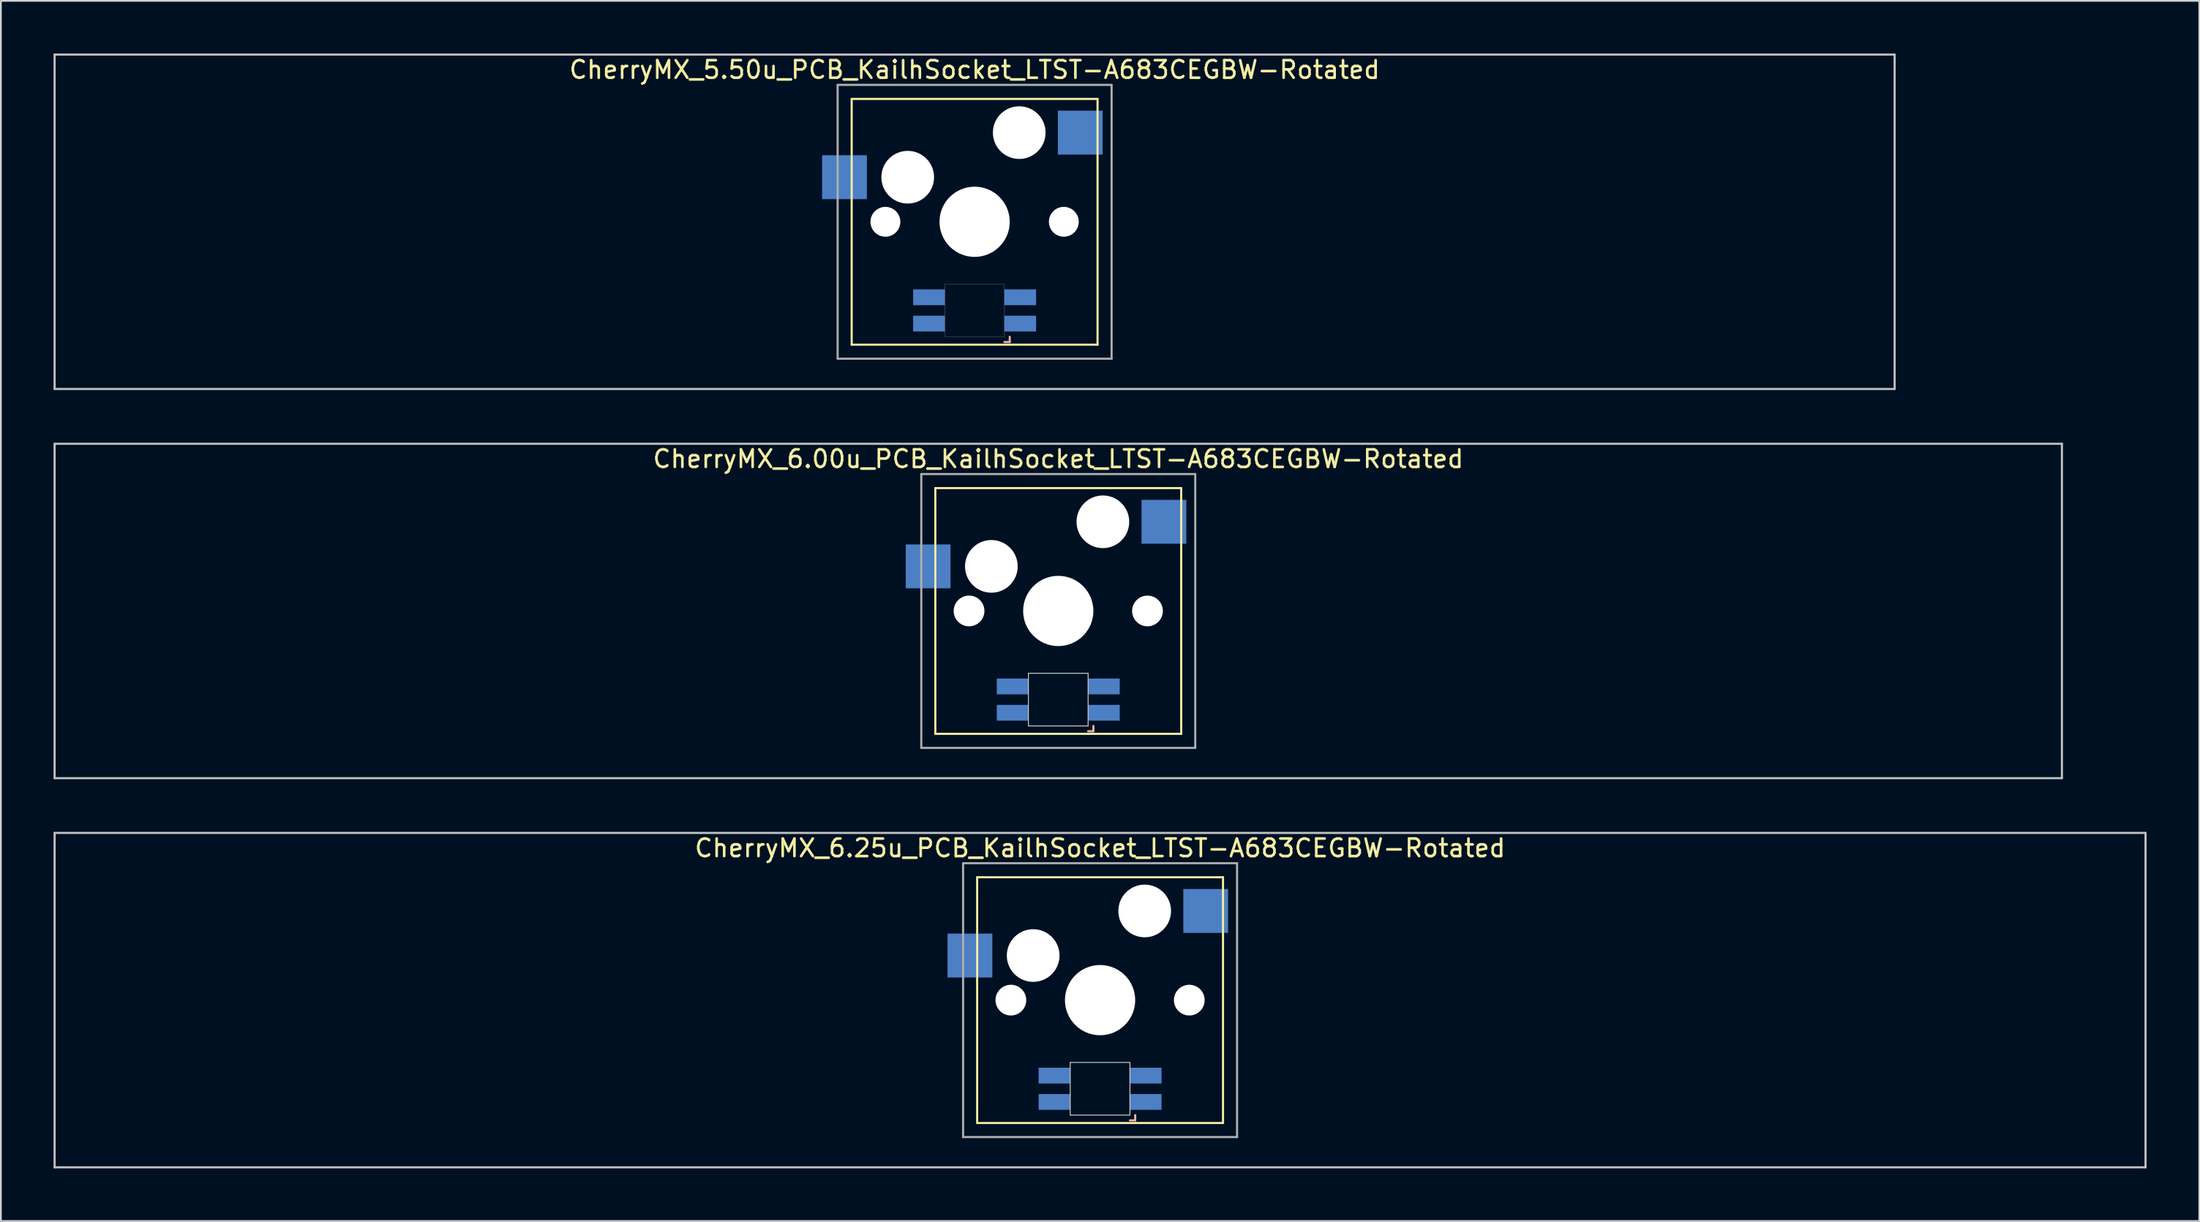
<source format=kicad_pcb>
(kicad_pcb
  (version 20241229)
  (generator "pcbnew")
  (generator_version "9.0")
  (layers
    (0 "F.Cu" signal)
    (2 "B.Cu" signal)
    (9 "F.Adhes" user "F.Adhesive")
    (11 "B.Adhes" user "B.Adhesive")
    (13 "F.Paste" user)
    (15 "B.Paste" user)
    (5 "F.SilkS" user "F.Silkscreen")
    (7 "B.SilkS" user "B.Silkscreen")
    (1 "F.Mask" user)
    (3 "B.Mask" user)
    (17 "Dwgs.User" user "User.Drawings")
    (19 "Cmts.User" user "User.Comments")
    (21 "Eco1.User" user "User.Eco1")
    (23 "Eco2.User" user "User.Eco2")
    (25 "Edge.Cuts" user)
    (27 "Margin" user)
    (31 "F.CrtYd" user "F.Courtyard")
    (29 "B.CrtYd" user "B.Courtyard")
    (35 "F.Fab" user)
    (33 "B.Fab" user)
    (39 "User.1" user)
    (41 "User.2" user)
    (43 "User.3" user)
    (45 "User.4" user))
  (footprint "CherryMX_6.25u_PCB_KailhSocket_LTST-A683CEGBW-Rotated"
    (layer "F.Cu")
    (at 59.591 53.925)
    (property "Reference" "CherryMX_6.25u_PCB_KailhSocket_LTST-A683CEGBW-Rotated" (at 0 -8.662 0) (layer "F.SilkS") (effects (font (size 1 1) (thickness 0.15))))
    (attr through_hole)
    (fp_line (start -7 -7) (end -7 7) (stroke (width 0.12) (type solid)) (layer "F.SilkS"))
    (fp_line (start -7 -7) (end 7 -7) (stroke (width 0.12) (type solid)) (layer "F.SilkS"))
    (fp_line (start 7 -7) (end 7 7) (stroke (width 0.12) (type solid)) (layer "F.SilkS"))
    (fp_line (start 7 7) (end -7 7) (stroke (width 0.12) (type solid)) (layer "F.SilkS"))
    (fp_line (start 1.7 6.85) (end 2 6.85) (stroke (width 0.12) (type solid)) (layer "B.SilkS"))
    (fp_line (start 2 6.85) (end 2 6.55) (stroke (width 0.12) (type solid)) (layer "B.SilkS"))
    (fp_line (start -59.531 -9.525) (end 59.531 -9.525) (stroke (width 0.12) (type solid)) (layer "Dwgs.User"))
    (fp_line (start -59.531 9.525) (end -59.531 -9.525) (stroke (width 0.12) (type solid)) (layer "Dwgs.User"))
    (fp_line (start 59.531 -9.525) (end 59.531 9.525) (stroke (width 0.12) (type solid)) (layer "Dwgs.User"))
    (fp_line (start 59.531 9.525) (end -59.531 9.525) (stroke (width 0.12) (type solid)) (layer "Dwgs.User"))
    (fp_line (start -1.7 3.55) (end 1.7 3.55) (stroke (width 0.05) (type solid)) (layer "Edge.Cuts"))
    (fp_line (start -1.7 6.55) (end -1.7 3.55) (stroke (width 0.05) (type solid)) (layer "Edge.Cuts"))
    (fp_line (start 1.7 3.55) (end 1.7 6.55) (stroke (width 0.05) (type solid)) (layer "Edge.Cuts"))
    (fp_line (start 1.7 6.55) (end -1.7 6.55) (stroke (width 0.05) (type solid)) (layer "Edge.Cuts"))
    (fp_line (start -7.8 -7.8) (end -7.8 7.8) (stroke (width 0.12) (type solid)) (layer "F.Fab"))
    (fp_line (start -7.8 -7.8) (end 7.8 -7.8) (stroke (width 0.12) (type solid)) (layer "F.Fab"))
    (fp_line (start -7.8 7.8) (end 7.8 7.8) (stroke (width 0.12) (type solid)) (layer "F.Fab"))
    (fp_line (start 7.8 -7.8) (end 7.8 7.8) (stroke (width 0.12) (type solid)) (layer "F.Fab"))
    (pad "" np_thru_hole circle (at -5.08 0) (size 1.75 1.75) (drill 1.75) (layers "*.Cu" "*.Mask"))
    (pad "" np_thru_hole circle (at -3.81 -2.54) (size 3 3) (drill 3) (layers "*.Cu" "*.Mask"))
    (pad "" np_thru_hole circle (at 0 0) (size 4 4) (drill 4) (layers "*.Cu" "*.Mask"))
    (pad "" np_thru_hole circle (at 2.54 -5.08) (size 3 3) (drill 3) (layers "*.Cu" "*.Mask"))
    (pad "" np_thru_hole circle (at 5.08 0) (size 1.75 1.75) (drill 1.75) (layers "*.Cu" "*.Mask"))
    (pad "1" smd rect (at -7.41 -2.54) (size 2.55 2.5) (layers "B.Cu" "B.Mask" "B.Paste"))
    (pad "2" smd rect (at 6.015 -5.08) (size 2.55 2.5) (layers "B.Cu" "B.Mask" "B.Paste"))
    (pad "3" smd rect (at 2.6 5.8) (size 1.8 0.9) (layers "B.Cu" "B.Mask" "B.Paste"))
    (pad "4" smd rect (at 2.6 4.3) (size 1.8 0.9) (layers "B.Cu" "B.Mask" "B.Paste"))
    (pad "5" smd rect (at -2.6 5.8) (size 1.8 0.9) (layers "B.Cu" "B.Mask" "B.Paste"))
    (pad "6" smd rect (at -2.6 4.3) (size 1.8 0.9) (layers "B.Cu" "B.Mask" "B.Paste")))
  (footprint "CherryMX_5.50u_PCB_KailhSocket_LTST-A683CEGBW-Rotated"
    (layer "F.Cu")
    (at 52.447 9.585)
    (property "Reference" "CherryMX_5.50u_PCB_KailhSocket_LTST-A683CEGBW-Rotated" (at 0 -8.662 0) (layer "F.SilkS") (effects (font (size 1 1) (thickness 0.15))))
    (attr through_hole)
    (fp_line (start -7 -7) (end -7 7) (stroke (width 0.12) (type solid)) (layer "F.SilkS"))
    (fp_line (start -7 -7) (end 7 -7) (stroke (width 0.12) (type solid)) (layer "F.SilkS"))
    (fp_line (start 7 -7) (end 7 7) (stroke (width 0.12) (type solid)) (layer "F.SilkS"))
    (fp_line (start 7 7) (end -7 7) (stroke (width 0.12) (type solid)) (layer "F.SilkS"))
    (fp_line (start 1.7 6.85) (end 2 6.85) (stroke (width 0.12) (type solid)) (layer "B.SilkS"))
    (fp_line (start 2 6.85) (end 2 6.55) (stroke (width 0.12) (type solid)) (layer "B.SilkS"))
    (fp_line (start -52.388 -9.525) (end 52.388 -9.525) (stroke (width 0.12) (type solid)) (layer "Dwgs.User"))
    (fp_line (start -52.388 9.525) (end -52.388 -9.525) (stroke (width 0.12) (type solid)) (layer "Dwgs.User"))
    (fp_line (start 52.388 -9.525) (end 52.388 9.525) (stroke (width 0.12) (type solid)) (layer "Dwgs.User"))
    (fp_line (start 52.388 9.525) (end -52.388 9.525) (stroke (width 0.12) (type solid)) (layer "Dwgs.User"))
    (fp_poly (pts (xy -1.7 3.55) (xy 1.7 3.55) (xy 1.7 6.55) (xy -1.7 6.55)) (stroke (width 0.01) (type solid)) (fill no) (layer "Edge.Cuts"))
    (fp_line (start -7.8 -7.8) (end -7.8 7.8) (stroke (width 0.12) (type solid)) (layer "F.Fab"))
    (fp_line (start -7.8 -7.8) (end 7.8 -7.8) (stroke (width 0.12) (type solid)) (layer "F.Fab"))
    (fp_line (start -7.8 7.8) (end 7.8 7.8) (stroke (width 0.12) (type solid)) (layer "F.Fab"))
    (fp_line (start 7.8 -7.8) (end 7.8 7.8) (stroke (width 0.12) (type solid)) (layer "F.Fab"))
    (pad "" np_thru_hole circle (at -5.08 0) (size 1.7 1.7) (drill 1.7) (layers "*.Cu" "*.Mask"))
    (pad "" np_thru_hole circle (at -3.81 -2.54) (size 3 3) (drill 3) (layers "*.Cu" "*.Mask"))
    (pad "" np_thru_hole circle (at 0 0) (size 4 4) (drill 4) (layers "*.Cu" "*.Mask"))
    (pad "" np_thru_hole circle (at 2.54 -5.08) (size 3 3) (drill 3) (layers "*.Cu" "*.Mask"))
    (pad "" np_thru_hole circle (at 5.08 0) (size 1.7 1.7) (drill 1.7) (layers "*.Cu" "*.Mask"))
    (pad "1" smd rect (at -7.41 -2.54) (size 2.55 2.5) (layers "B.Cu" "B.Mask" "B.Paste"))
    (pad "2" smd rect (at 6.015 -5.08) (size 2.55 2.5) (layers "B.Cu" "B.Mask" "B.Paste"))
    (pad "3" smd rect (at 2.6 5.8 180) (size 1.8 0.9) (layers "B.Cu" "B.Mask" "B.Paste"))
    (pad "4" smd rect (at 2.6 4.3 180) (size 1.8 0.9) (layers "B.Cu" "B.Mask" "B.Paste"))
    (pad "5" smd rect (at -2.6 5.8 180) (size 1.8 0.9) (layers "B.Cu" "B.Mask" "B.Paste"))
    (pad "6" smd rect (at -2.6 4.3 180) (size 1.8 0.9) (layers "B.Cu" "B.Mask" "B.Paste")))
  (footprint "CherryMX_6.00u_PCB_KailhSocket_LTST-A683CEGBW-Rotated"
    (layer "F.Cu")
    (at 57.21 31.755)
    (property "Reference" "CherryMX_6.00u_PCB_KailhSocket_LTST-A683CEGBW-Rotated" (at 0 -8.662 0) (layer "F.SilkS") (effects (font (size 1 1) (thickness 0.15))))
    (attr through_hole)
    (fp_line (start -7 -7) (end -7 7) (stroke (width 0.12) (type solid)) (layer "F.SilkS"))
    (fp_line (start -7 -7) (end 7 -7) (stroke (width 0.12) (type solid)) (layer "F.SilkS"))
    (fp_line (start 7 -7) (end 7 7) (stroke (width 0.12) (type solid)) (layer "F.SilkS"))
    (fp_line (start 7 7) (end -7 7) (stroke (width 0.12) (type solid)) (layer "F.SilkS"))
    (fp_line (start 1.7 6.85) (end 2 6.85) (stroke (width 0.12) (type solid)) (layer "B.SilkS"))
    (fp_line (start 2 6.85) (end 2 6.55) (stroke (width 0.12) (type solid)) (layer "B.SilkS"))
    (fp_line (start -57.15 -9.525) (end 57.15 -9.525) (stroke (width 0.12) (type solid)) (layer "Dwgs.User"))
    (fp_line (start -57.15 9.525) (end -57.15 -9.525) (stroke (width 0.12) (type solid)) (layer "Dwgs.User"))
    (fp_line (start 57.15 -9.525) (end 57.15 9.525) (stroke (width 0.12) (type solid)) (layer "Dwgs.User"))
    (fp_line (start 57.15 9.525) (end -57.15 9.525) (stroke (width 0.12) (type solid)) (layer "Dwgs.User"))
    (fp_line (start -1.7 3.55) (end 1.7 3.55) (stroke (width 0.05) (type solid)) (layer "Edge.Cuts"))
    (fp_line (start -1.7 6.55) (end -1.7 3.55) (stroke (width 0.05) (type solid)) (layer "Edge.Cuts"))
    (fp_line (start 1.7 3.55) (end 1.7 6.55) (stroke (width 0.05) (type solid)) (layer "Edge.Cuts"))
    (fp_line (start 1.7 6.55) (end -1.7 6.55) (stroke (width 0.05) (type solid)) (layer "Edge.Cuts"))
    (fp_line (start -7.8 -7.8) (end -7.8 7.8) (stroke (width 0.12) (type solid)) (layer "F.Fab"))
    (fp_line (start -7.8 -7.8) (end 7.8 -7.8) (stroke (width 0.12) (type solid)) (layer "F.Fab"))
    (fp_line (start -7.8 7.8) (end 7.8 7.8) (stroke (width 0.12) (type solid)) (layer "F.Fab"))
    (fp_line (start 7.8 -7.8) (end 7.8 7.8) (stroke (width 0.12) (type solid)) (layer "F.Fab"))
    (pad "" np_thru_hole circle (at -5.08 0) (size 1.75 1.75) (drill 1.75) (layers "*.Cu" "*.Mask"))
    (pad "" np_thru_hole circle (at -3.81 -2.54) (size 3 3) (drill 3) (layers "*.Cu" "*.Mask"))
    (pad "" np_thru_hole circle (at 0 0) (size 4 4) (drill 4) (layers "*.Cu" "*.Mask"))
    (pad "" np_thru_hole circle (at 2.54 -5.08) (size 3 3) (drill 3) (layers "*.Cu" "*.Mask"))
    (pad "" np_thru_hole circle (at 5.08 0) (size 1.75 1.75) (drill 1.75) (layers "*.Cu" "*.Mask"))
    (pad "1" smd rect (at -7.41 -2.54) (size 2.55 2.5) (layers "B.Cu" "B.Mask" "B.Paste"))
    (pad "2" smd rect (at 6.015 -5.08) (size 2.55 2.5) (layers "B.Cu" "B.Mask" "B.Paste"))
    (pad "3" smd rect (at 2.6 5.8) (size 1.8 0.9) (layers "B.Cu" "B.Mask" "B.Paste"))
    (pad "4" smd rect (at 2.6 4.3) (size 1.8 0.9) (layers "B.Cu" "B.Mask" "B.Paste"))
    (pad "5" smd rect (at -2.6 5.8) (size 1.8 0.9) (layers "B.Cu" "B.Mask" "B.Paste"))
    (pad "6" smd rect (at -2.6 4.3) (size 1.8 0.9) (layers "B.Cu" "B.Mask" "B.Paste")))
  (gr_rect
    (start -3 -3)
    (end 122.183 66.51)
    (stroke (width 0.1) (type default))
    (fill no)
    (layer "Edge.Cuts")))
</source>
